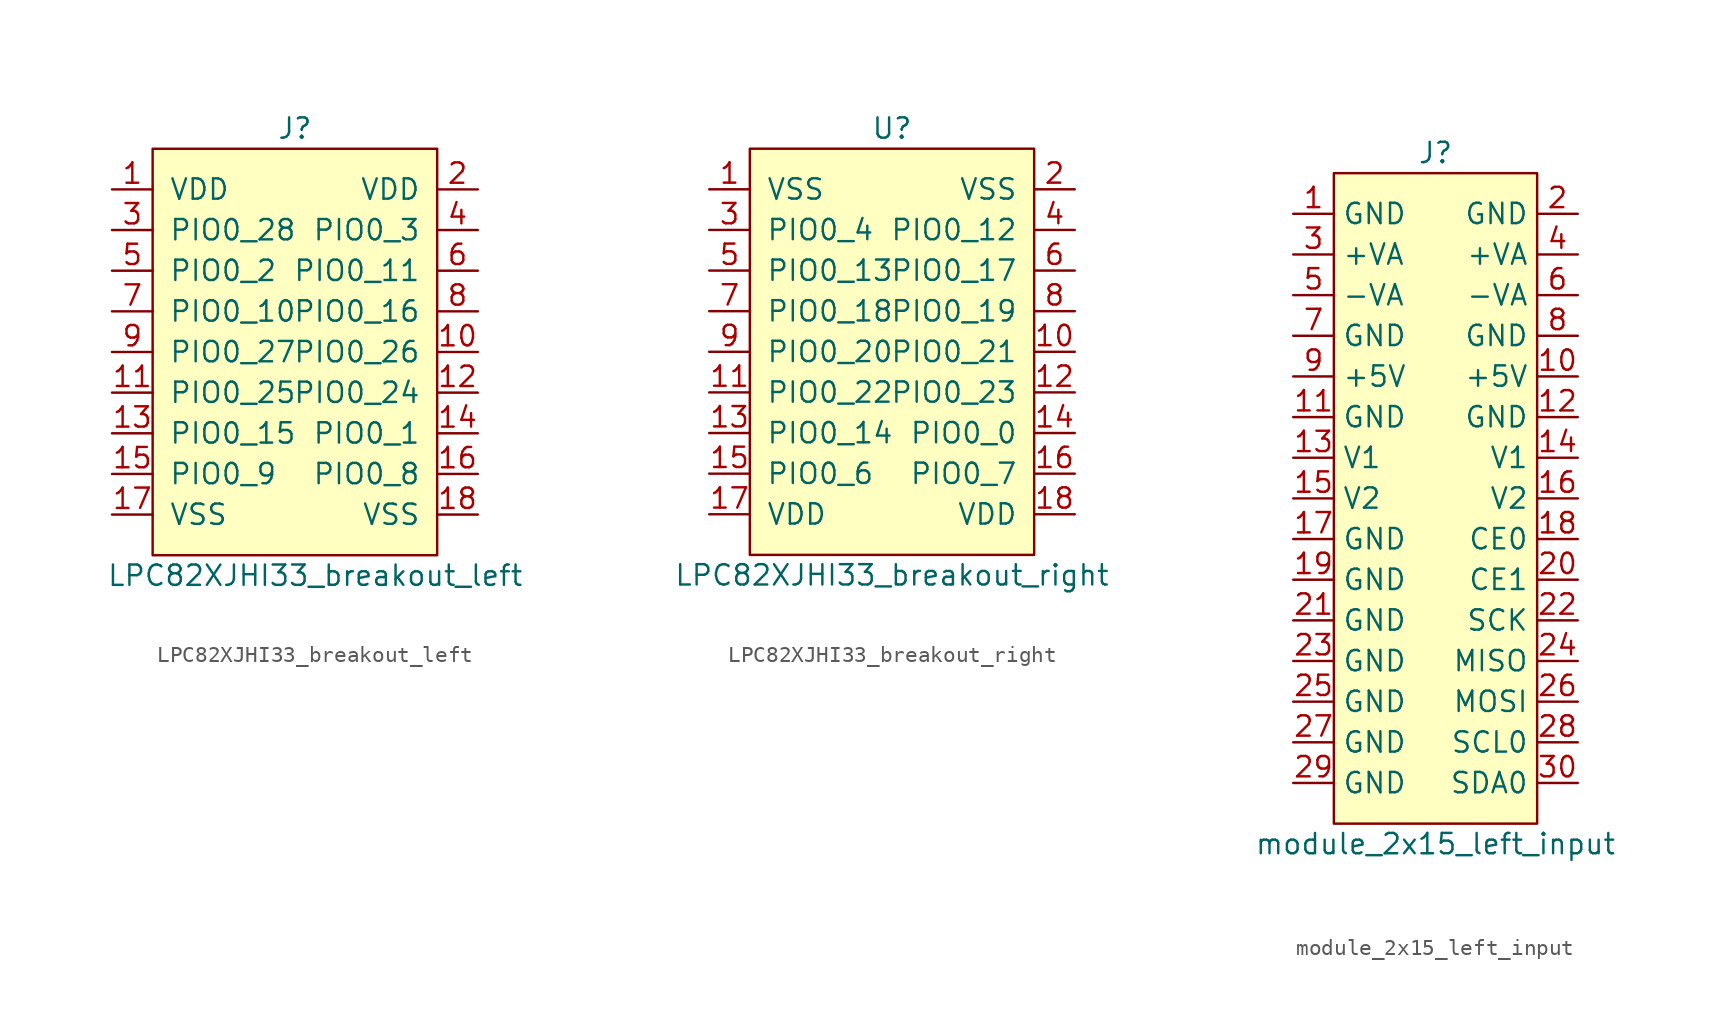
<source format=kicad_sym>
(kicad_symbol_lib
  (version 20211014)
  (generator kicad_symbol_editor)
  (symbol "LPC82XJHI33_breakout_left"
    (pin_names
      (offset 1.016))
    (property "Reference" "J"
      (at 0 13.97 0)
      (effects (font (size 1.27 1.27))))
    (property "Value" "LPC82XJHI33_breakout_left"
      (at 1.27 -13.97 0)
      (effects (font (size 1.27 1.27))))
    (symbol "LPC82XJHI33_breakout_left_0_1"
      (rectangle (start -8.89 12.7) (end 8.89 -12.7) (stroke (width 0) (type default) (color 0 0 0 0)) (fill (type background))))
    (symbol "LPC82XJHI33_breakout_left_1_1"
      (pin power_out line (at -11.43 10.16 0) (length 2.54) (name "VDD" (effects (font (size 1.27 1.27)))) (number "1" (effects (font (size 1.27 1.27)))))
      (pin bidirectional line (at 11.43 0 180) (length 2.54) (name "PIO0_26" (effects (font (size 1.27 1.27)))) (number "10" (effects (font (size 1.27 1.27)))))
      (pin bidirectional line (at -11.43 -2.54 0) (length 2.54) (name "PIO0_25" (effects (font (size 1.27 1.27)))) (number "11" (effects (font (size 1.27 1.27)))))
      (pin bidirectional line (at 11.43 -2.54 180) (length 2.54) (name "PIO0_24" (effects (font (size 1.27 1.27)))) (number "12" (effects (font (size 1.27 1.27)))))
      (pin bidirectional line (at -11.43 -5.08 0) (length 2.54) (name "PIO0_15" (effects (font (size 1.27 1.27)))) (number "13" (effects (font (size 1.27 1.27)))))
      (pin bidirectional line (at 11.43 -5.08 180) (length 2.54) (name "PIO0_1" (effects (font (size 1.27 1.27)))) (number "14" (effects (font (size 1.27 1.27)))))
      (pin bidirectional line (at -11.43 -7.62 0) (length 2.54) (name "PIO0_9" (effects (font (size 1.27 1.27)))) (number "15" (effects (font (size 1.27 1.27)))))
      (pin bidirectional line (at 11.43 -7.62 180) (length 2.54) (name "PIO0_8" (effects (font (size 1.27 1.27)))) (number "16" (effects (font (size 1.27 1.27)))))
      (pin power_in line (at -11.43 -10.16 0) (length 2.54) (name "VSS" (effects (font (size 1.27 1.27)))) (number "17" (effects (font (size 1.27 1.27)))))
      (pin power_in line (at 11.43 -10.16 180) (length 2.54) (name "VSS" (effects (font (size 1.27 1.27)))) (number "18" (effects (font (size 1.27 1.27)))))
      (pin power_in line (at 11.43 10.16 180) (length 2.54) (name "VDD" (effects (font (size 1.27 1.27)))) (number "2" (effects (font (size 1.27 1.27)))))
      (pin bidirectional line (at -11.43 7.62 0) (length 2.54) (name "PIO0_28" (effects (font (size 1.27 1.27)))) (number "3" (effects (font (size 1.27 1.27)))))
      (pin bidirectional line (at 11.43 7.62 180) (length 2.54) (name "PIO0_3" (effects (font (size 1.27 1.27)))) (number "4" (effects (font (size 1.27 1.27)))))
      (pin bidirectional line (at -11.43 5.08 0) (length 2.54) (name "PIO0_2" (effects (font (size 1.27 1.27)))) (number "5" (effects (font (size 1.27 1.27)))))
      (pin bidirectional line (at 11.43 5.08 180) (length 2.54) (name "PIO0_11" (effects (font (size 1.27 1.27)))) (number "6" (effects (font (size 1.27 1.27)))))
      (pin bidirectional line (at -11.43 2.54 0) (length 2.54) (name "PIO0_10" (effects (font (size 1.27 1.27)))) (number "7" (effects (font (size 1.27 1.27)))))
      (pin bidirectional line (at 11.43 2.54 180) (length 2.54) (name "PIO0_16" (effects (font (size 1.27 1.27)))) (number "8" (effects (font (size 1.27 1.27)))))
      (pin bidirectional line (at -11.43 0 0) (length 2.54) (name "PIO0_27" (effects (font (size 1.27 1.27)))) (number "9" (effects (font (size 1.27 1.27)))))))
  (symbol "LPC82XJHI33_breakout_right"
    (pin_names
      (offset 1.016))
    (property "Reference" "U"
      (at 0 13.97 0)
      (effects (font (size 1.27 1.27))))
    (property "Value" "LPC82XJHI33_breakout_right"
      (at 0 -13.97 0)
      (effects (font (size 1.27 1.27))))
    (symbol "LPC82XJHI33_breakout_right_0_1"
      (rectangle (start -8.89 12.7) (end 8.89 -12.7) (stroke (width 0) (type default) (color 0 0 0 0)) (fill (type background))))
    (symbol "LPC82XJHI33_breakout_right_1_1"
      (pin power_out line (at -11.43 10.16 0) (length 2.54) (name "VSS" (effects (font (size 1.27 1.27)))) (number "1" (effects (font (size 1.27 1.27)))))
      (pin bidirectional line (at 11.43 0 180) (length 2.54) (name "PIO0_21" (effects (font (size 1.27 1.27)))) (number "10" (effects (font (size 1.27 1.27)))))
      (pin bidirectional line (at -11.43 -2.54 0) (length 2.54) (name "PIO0_22" (effects (font (size 1.27 1.27)))) (number "11" (effects (font (size 1.27 1.27)))))
      (pin bidirectional line (at 11.43 -2.54 180) (length 2.54) (name "PIO0_23" (effects (font (size 1.27 1.27)))) (number "12" (effects (font (size 1.27 1.27)))))
      (pin bidirectional line (at -11.43 -5.08 0) (length 2.54) (name "PIO0_14" (effects (font (size 1.27 1.27)))) (number "13" (effects (font (size 1.27 1.27)))))
      (pin bidirectional line (at 11.43 -5.08 180) (length 2.54) (name "PIO0_0" (effects (font (size 1.27 1.27)))) (number "14" (effects (font (size 1.27 1.27)))))
      (pin bidirectional line (at -11.43 -7.62 0) (length 2.54) (name "PIO0_6" (effects (font (size 1.27 1.27)))) (number "15" (effects (font (size 1.27 1.27)))))
      (pin bidirectional line (at 11.43 -7.62 180) (length 2.54) (name "PIO0_7" (effects (font (size 1.27 1.27)))) (number "16" (effects (font (size 1.27 1.27)))))
      (pin power_in line (at -11.43 -10.16 0) (length 2.54) (name "VDD" (effects (font (size 1.27 1.27)))) (number "17" (effects (font (size 1.27 1.27)))))
      (pin power_in line (at 11.43 -10.16 180) (length 2.54) (name "VDD" (effects (font (size 1.27 1.27)))) (number "18" (effects (font (size 1.27 1.27)))))
      (pin power_in line (at 11.43 10.16 180) (length 2.54) (name "VSS" (effects (font (size 1.27 1.27)))) (number "2" (effects (font (size 1.27 1.27)))))
      (pin bidirectional line (at -11.43 7.62 0) (length 2.54) (name "PIO0_4" (effects (font (size 1.27 1.27)))) (number "3" (effects (font (size 1.27 1.27)))))
      (pin bidirectional line (at 11.43 7.62 180) (length 2.54) (name "PIO0_12" (effects (font (size 1.27 1.27)))) (number "4" (effects (font (size 1.27 1.27)))))
      (pin bidirectional line (at -11.43 5.08 0) (length 2.54) (name "PIO0_13" (effects (font (size 1.27 1.27)))) (number "5" (effects (font (size 1.27 1.27)))))
      (pin bidirectional line (at 11.43 5.08 180) (length 2.54) (name "PIO0_17" (effects (font (size 1.27 1.27)))) (number "6" (effects (font (size 1.27 1.27)))))
      (pin bidirectional line (at -11.43 2.54 0) (length 2.54) (name "PIO0_18" (effects (font (size 1.27 1.27)))) (number "7" (effects (font (size 1.27 1.27)))))
      (pin bidirectional line (at 11.43 2.54 180) (length 2.54) (name "PIO0_19" (effects (font (size 1.27 1.27)))) (number "8" (effects (font (size 1.27 1.27)))))
      (pin bidirectional line (at -11.43 0 0) (length 2.54) (name "PIO0_20" (effects (font (size 1.27 1.27)))) (number "9" (effects (font (size 1.27 1.27)))))))
  (symbol "module_2x15_left_input"
    (property "Reference" "J"
      (at 0 21.59 0)
      (effects (font (size 1.27 1.27))))
    (property "Value" "module_2x15_left_input"
      (at 0 -21.59 0)
      (effects (font (size 1.27 1.27))))
    (symbol "module_2x15_left_input_0_1"
      (rectangle (start -6.35 20.32) (end 6.35 -20.32) (stroke (width 0) (type default) (color 0 0 0 0)) (fill (type background))))
    (symbol "module_2x15_left_input_1_1"
      (pin power_in line (at -8.89 17.78 0) (length 2.54) (name "GND" (effects (font (size 1.27 1.27)))) (number "1" (effects (font (size 1.27 1.27)))))
      (pin power_in line (at 8.89 7.62 180) (length 2.54) (name "+5V" (effects (font (size 1.27 1.27)))) (number "10" (effects (font (size 1.27 1.27)))))
      (pin power_in line (at -8.89 5.08 0) (length 2.54) (name "GND" (effects (font (size 1.27 1.27)))) (number "11" (effects (font (size 1.27 1.27)))))
      (pin power_in line (at 8.89 5.08 180) (length 2.54) (name "GND" (effects (font (size 1.27 1.27)))) (number "12" (effects (font (size 1.27 1.27)))))
      (pin power_in line (at -8.89 2.54 0) (length 2.54) (name "V1" (effects (font (size 1.27 1.27)))) (number "13" (effects (font (size 1.27 1.27)))))
      (pin power_in line (at 8.89 2.54 180) (length 2.54) (name "V1" (effects (font (size 1.27 1.27)))) (number "14" (effects (font (size 1.27 1.27)))))
      (pin power_in line (at -8.89 0 0) (length 2.54) (name "V2" (effects (font (size 1.27 1.27)))) (number "15" (effects (font (size 1.27 1.27)))))
      (pin power_in line (at 8.89 0 180) (length 2.54) (name "V2" (effects (font (size 1.27 1.27)))) (number "16" (effects (font (size 1.27 1.27)))))
      (pin power_in line (at -8.89 -2.54 0) (length 2.54) (name "GND" (effects (font (size 1.27 1.27)))) (number "17" (effects (font (size 1.27 1.27)))))
      (pin input line (at 8.89 -2.54 180) (length 2.54) (name "CE0" (effects (font (size 1.27 1.27)))) (number "18" (effects (font (size 1.27 1.27)))))
      (pin power_in line (at -8.89 -5.08 0) (length 2.54) (name "GND" (effects (font (size 1.27 1.27)))) (number "19" (effects (font (size 1.27 1.27)))))
      (pin power_in line (at 8.89 17.78 180) (length 2.54) (name "GND" (effects (font (size 1.27 1.27)))) (number "2" (effects (font (size 1.27 1.27)))))
      (pin input line (at 8.89 -5.08 180) (length 2.54) (name "CE1" (effects (font (size 1.27 1.27)))) (number "20" (effects (font (size 1.27 1.27)))))
      (pin power_in line (at -8.89 -7.62 0) (length 2.54) (name "GND" (effects (font (size 1.27 1.27)))) (number "21" (effects (font (size 1.27 1.27)))))
      (pin input line (at 8.89 -7.62 180) (length 2.54) (name "SCK" (effects (font (size 1.27 1.27)))) (number "22" (effects (font (size 1.27 1.27)))))
      (pin power_in line (at -8.89 -10.16 0) (length 2.54) (name "GND" (effects (font (size 1.27 1.27)))) (number "23" (effects (font (size 1.27 1.27)))))
      (pin input line (at 8.89 -10.16 180) (length 2.54) (name "MISO" (effects (font (size 1.27 1.27)))) (number "24" (effects (font (size 1.27 1.27)))))
      (pin power_in line (at -8.89 -12.7 0) (length 2.54) (name "GND" (effects (font (size 1.27 1.27)))) (number "25" (effects (font (size 1.27 1.27)))))
      (pin output line (at 8.89 -12.7 180) (length 2.54) (name "MOSI" (effects (font (size 1.27 1.27)))) (number "26" (effects (font (size 1.27 1.27)))))
      (pin power_in line (at -8.89 -15.24 0) (length 2.54) (name "GND" (effects (font (size 1.27 1.27)))) (number "27" (effects (font (size 1.27 1.27)))))
      (pin bidirectional line (at 8.89 -15.24 180) (length 2.54) (name "SCL0" (effects (font (size 1.27 1.27)))) (number "28" (effects (font (size 1.27 1.27)))))
      (pin power_in line (at -8.89 -17.78 0) (length 2.54) (name "GND" (effects (font (size 1.27 1.27)))) (number "29" (effects (font (size 1.27 1.27)))))
      (pin power_in line (at -8.89 15.24 0) (length 2.54) (name "+VA" (effects (font (size 1.27 1.27)))) (number "3" (effects (font (size 1.27 1.27)))))
      (pin bidirectional line (at 8.89 -17.78 180) (length 2.54) (name "SDA0" (effects (font (size 1.27 1.27)))) (number "30" (effects (font (size 1.27 1.27)))))
      (pin power_in line (at 8.89 15.24 180) (length 2.54) (name "+VA" (effects (font (size 1.27 1.27)))) (number "4" (effects (font (size 1.27 1.27)))))
      (pin power_in line (at -8.89 12.7 0) (length 2.54) (name "-VA" (effects (font (size 1.27 1.27)))) (number "5" (effects (font (size 1.27 1.27)))))
      (pin power_in line (at 8.89 12.7 180) (length 2.54) (name "-VA" (effects (font (size 1.27 1.27)))) (number "6" (effects (font (size 1.27 1.27)))))
      (pin power_in line (at -8.89 10.16 0) (length 2.54) (name "GND" (effects (font (size 1.27 1.27)))) (number "7" (effects (font (size 1.27 1.27)))))
      (pin power_in line (at 8.89 10.16 180) (length 2.54) (name "GND" (effects (font (size 1.27 1.27)))) (number "8" (effects (font (size 1.27 1.27)))))
      (pin power_in line (at -8.89 7.62 0) (length 2.54) (name "+5V" (effects (font (size 1.27 1.27)))) (number "9" (effects (font (size 1.27 1.27))))))))
</source>
